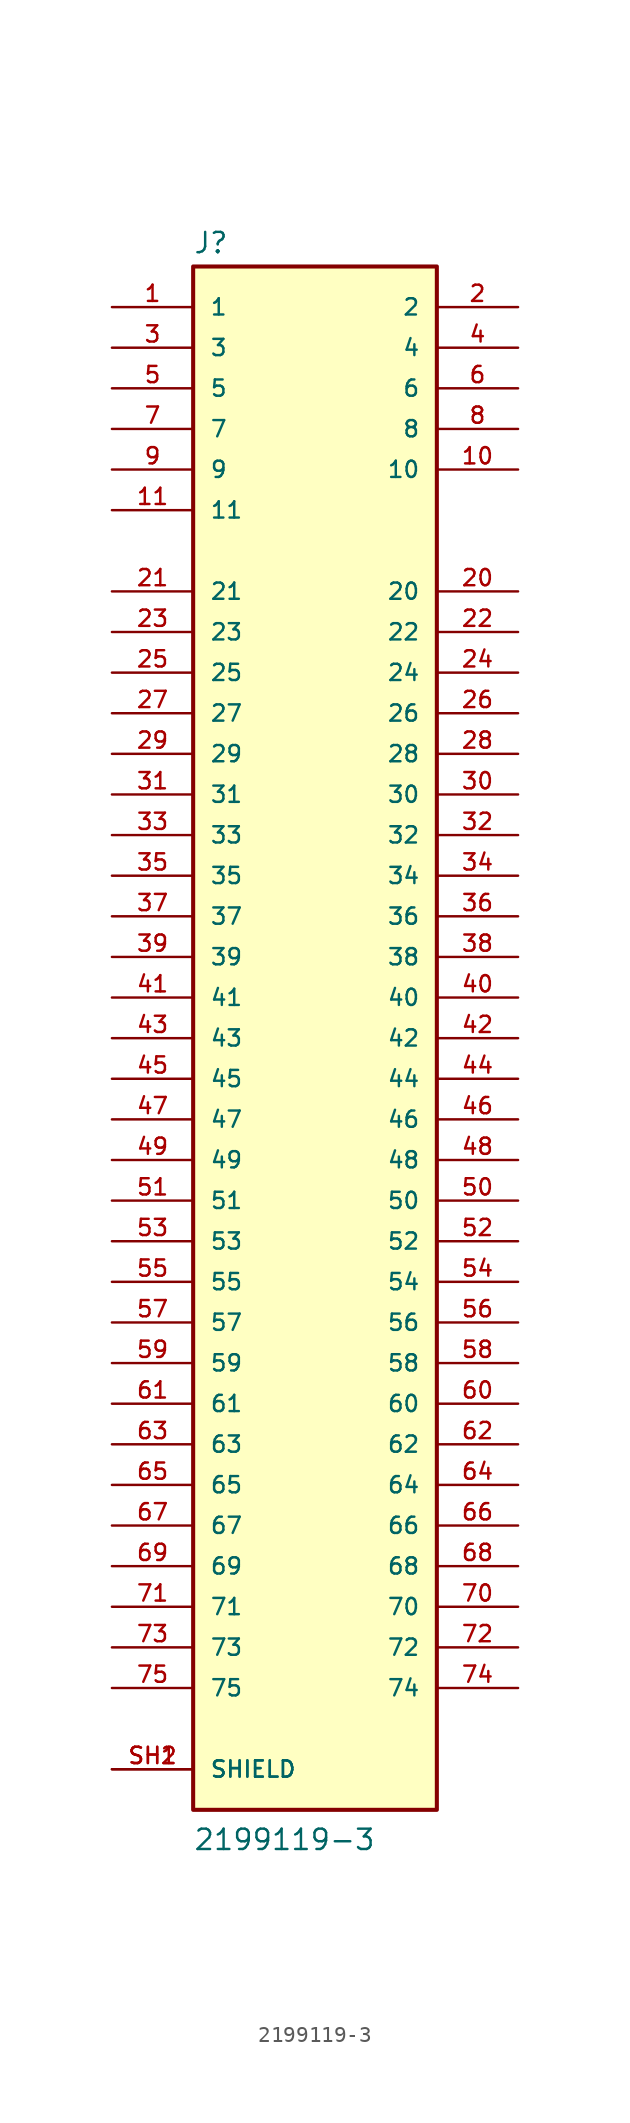
<source format=kicad_sym>
(kicad_symbol_lib
  (version 20211014)
  (generator kicad_symbol_editor)
  (symbol "2199119-3"
    (pin_names
      (offset 1.016))
    (property "Reference" "J"
      (at -7.635 48.99 0)
      (effects (font (size 1.27 1.27)) (justify bottom left)))
    (property "Value" "2199119-3"
      (at -7.631 -50.871 0)
      (effects (font (size 1.27 1.27)) (justify bottom left)))
    (symbol "2199119-3_0_0"
      (rectangle (start -7.62 -48.26) (end 7.62 48.26) (stroke (width 0.254)) (fill (type background)))
      (pin passive line (at -12.7 45.72 0) (length 5.08) (name "1" (effects (font (size 1.016 1.016)))) (number "1" (effects (font (size 1.016 1.016)))))
      (pin passive line (at 12.7 45.72 180.0) (length 5.08) (name "2" (effects (font (size 1.016 1.016)))) (number "2" (effects (font (size 1.016 1.016)))))
      (pin passive line (at -12.7 43.18 0) (length 5.08) (name "3" (effects (font (size 1.016 1.016)))) (number "3" (effects (font (size 1.016 1.016)))))
      (pin passive line (at 12.7 43.18 180.0) (length 5.08) (name "4" (effects (font (size 1.016 1.016)))) (number "4" (effects (font (size 1.016 1.016)))))
      (pin passive line (at -12.7 40.64 0) (length 5.08) (name "5" (effects (font (size 1.016 1.016)))) (number "5" (effects (font (size 1.016 1.016)))))
      (pin passive line (at 12.7 40.64 180.0) (length 5.08) (name "6" (effects (font (size 1.016 1.016)))) (number "6" (effects (font (size 1.016 1.016)))))
      (pin passive line (at -12.7 38.1 0) (length 5.08) (name "7" (effects (font (size 1.016 1.016)))) (number "7" (effects (font (size 1.016 1.016)))))
      (pin passive line (at 12.7 38.1 180.0) (length 5.08) (name "8" (effects (font (size 1.016 1.016)))) (number "8" (effects (font (size 1.016 1.016)))))
      (pin passive line (at -12.7 35.56 0) (length 5.08) (name "9" (effects (font (size 1.016 1.016)))) (number "9" (effects (font (size 1.016 1.016)))))
      (pin passive line (at 12.7 35.56 180.0) (length 5.08) (name "10" (effects (font (size 1.016 1.016)))) (number "10" (effects (font (size 1.016 1.016)))))
      (pin passive line (at -12.7 33.02 0) (length 5.08) (name "11" (effects (font (size 1.016 1.016)))) (number "11" (effects (font (size 1.016 1.016)))))
      (pin passive line (at 12.7 27.94 180.0) (length 5.08) (name "20" (effects (font (size 1.016 1.016)))) (number "20" (effects (font (size 1.016 1.016)))))
      (pin passive line (at -12.7 27.94 0) (length 5.08) (name "21" (effects (font (size 1.016 1.016)))) (number "21" (effects (font (size 1.016 1.016)))))
      (pin passive line (at 12.7 25.4 180.0) (length 5.08) (name "22" (effects (font (size 1.016 1.016)))) (number "22" (effects (font (size 1.016 1.016)))))
      (pin passive line (at -12.7 25.4 0) (length 5.08) (name "23" (effects (font (size 1.016 1.016)))) (number "23" (effects (font (size 1.016 1.016)))))
      (pin passive line (at 12.7 22.86 180.0) (length 5.08) (name "24" (effects (font (size 1.016 1.016)))) (number "24" (effects (font (size 1.016 1.016)))))
      (pin passive line (at -12.7 22.86 0) (length 5.08) (name "25" (effects (font (size 1.016 1.016)))) (number "25" (effects (font (size 1.016 1.016)))))
      (pin passive line (at 12.7 20.32 180.0) (length 5.08) (name "26" (effects (font (size 1.016 1.016)))) (number "26" (effects (font (size 1.016 1.016)))))
      (pin passive line (at -12.7 20.32 0) (length 5.08) (name "27" (effects (font (size 1.016 1.016)))) (number "27" (effects (font (size 1.016 1.016)))))
      (pin passive line (at 12.7 17.78 180.0) (length 5.08) (name "28" (effects (font (size 1.016 1.016)))) (number "28" (effects (font (size 1.016 1.016)))))
      (pin passive line (at -12.7 17.78 0) (length 5.08) (name "29" (effects (font (size 1.016 1.016)))) (number "29" (effects (font (size 1.016 1.016)))))
      (pin passive line (at 12.7 15.24 180.0) (length 5.08) (name "30" (effects (font (size 1.016 1.016)))) (number "30" (effects (font (size 1.016 1.016)))))
      (pin passive line (at -12.7 15.24 0) (length 5.08) (name "31" (effects (font (size 1.016 1.016)))) (number "31" (effects (font (size 1.016 1.016)))))
      (pin passive line (at 12.7 12.7 180.0) (length 5.08) (name "32" (effects (font (size 1.016 1.016)))) (number "32" (effects (font (size 1.016 1.016)))))
      (pin passive line (at -12.7 12.7 0) (length 5.08) (name "33" (effects (font (size 1.016 1.016)))) (number "33" (effects (font (size 1.016 1.016)))))
      (pin passive line (at 12.7 10.16 180.0) (length 5.08) (name "34" (effects (font (size 1.016 1.016)))) (number "34" (effects (font (size 1.016 1.016)))))
      (pin passive line (at -12.7 10.16 0) (length 5.08) (name "35" (effects (font (size 1.016 1.016)))) (number "35" (effects (font (size 1.016 1.016)))))
      (pin passive line (at 12.7 7.62 180.0) (length 5.08) (name "36" (effects (font (size 1.016 1.016)))) (number "36" (effects (font (size 1.016 1.016)))))
      (pin passive line (at -12.7 7.62 0) (length 5.08) (name "37" (effects (font (size 1.016 1.016)))) (number "37" (effects (font (size 1.016 1.016)))))
      (pin passive line (at 12.7 5.08 180.0) (length 5.08) (name "38" (effects (font (size 1.016 1.016)))) (number "38" (effects (font (size 1.016 1.016)))))
      (pin passive line (at -12.7 5.08 0) (length 5.08) (name "39" (effects (font (size 1.016 1.016)))) (number "39" (effects (font (size 1.016 1.016)))))
      (pin passive line (at 12.7 2.54 180.0) (length 5.08) (name "40" (effects (font (size 1.016 1.016)))) (number "40" (effects (font (size 1.016 1.016)))))
      (pin passive line (at -12.7 2.54 0) (length 5.08) (name "41" (effects (font (size 1.016 1.016)))) (number "41" (effects (font (size 1.016 1.016)))))
      (pin passive line (at 12.7 0.0 180.0) (length 5.08) (name "42" (effects (font (size 1.016 1.016)))) (number "42" (effects (font (size 1.016 1.016)))))
      (pin passive line (at -12.7 0.0 0) (length 5.08) (name "43" (effects (font (size 1.016 1.016)))) (number "43" (effects (font (size 1.016 1.016)))))
      (pin passive line (at 12.7 -2.54 180.0) (length 5.08) (name "44" (effects (font (size 1.016 1.016)))) (number "44" (effects (font (size 1.016 1.016)))))
      (pin passive line (at -12.7 -2.54 0) (length 5.08) (name "45" (effects (font (size 1.016 1.016)))) (number "45" (effects (font (size 1.016 1.016)))))
      (pin passive line (at 12.7 -5.08 180.0) (length 5.08) (name "46" (effects (font (size 1.016 1.016)))) (number "46" (effects (font (size 1.016 1.016)))))
      (pin passive line (at -12.7 -5.08 0) (length 5.08) (name "47" (effects (font (size 1.016 1.016)))) (number "47" (effects (font (size 1.016 1.016)))))
      (pin passive line (at 12.7 -7.62 180.0) (length 5.08) (name "48" (effects (font (size 1.016 1.016)))) (number "48" (effects (font (size 1.016 1.016)))))
      (pin passive line (at -12.7 -7.62 0) (length 5.08) (name "49" (effects (font (size 1.016 1.016)))) (number "49" (effects (font (size 1.016 1.016)))))
      (pin passive line (at 12.7 -10.16 180.0) (length 5.08) (name "50" (effects (font (size 1.016 1.016)))) (number "50" (effects (font (size 1.016 1.016)))))
      (pin passive line (at -12.7 -10.16 0) (length 5.08) (name "51" (effects (font (size 1.016 1.016)))) (number "51" (effects (font (size 1.016 1.016)))))
      (pin passive line (at 12.7 -12.7 180.0) (length 5.08) (name "52" (effects (font (size 1.016 1.016)))) (number "52" (effects (font (size 1.016 1.016)))))
      (pin passive line (at -12.7 -12.7 0) (length 5.08) (name "53" (effects (font (size 1.016 1.016)))) (number "53" (effects (font (size 1.016 1.016)))))
      (pin passive line (at 12.7 -15.24 180.0) (length 5.08) (name "54" (effects (font (size 1.016 1.016)))) (number "54" (effects (font (size 1.016 1.016)))))
      (pin passive line (at -12.7 -15.24 0) (length 5.08) (name "55" (effects (font (size 1.016 1.016)))) (number "55" (effects (font (size 1.016 1.016)))))
      (pin passive line (at 12.7 -17.78 180.0) (length 5.08) (name "56" (effects (font (size 1.016 1.016)))) (number "56" (effects (font (size 1.016 1.016)))))
      (pin passive line (at -12.7 -17.78 0) (length 5.08) (name "57" (effects (font (size 1.016 1.016)))) (number "57" (effects (font (size 1.016 1.016)))))
      (pin passive line (at 12.7 -20.32 180.0) (length 5.08) (name "58" (effects (font (size 1.016 1.016)))) (number "58" (effects (font (size 1.016 1.016)))))
      (pin passive line (at -12.7 -20.32 0) (length 5.08) (name "59" (effects (font (size 1.016 1.016)))) (number "59" (effects (font (size 1.016 1.016)))))
      (pin passive line (at 12.7 -22.86 180.0) (length 5.08) (name "60" (effects (font (size 1.016 1.016)))) (number "60" (effects (font (size 1.016 1.016)))))
      (pin passive line (at -12.7 -22.86 0) (length 5.08) (name "61" (effects (font (size 1.016 1.016)))) (number "61" (effects (font (size 1.016 1.016)))))
      (pin passive line (at 12.7 -25.4 180.0) (length 5.08) (name "62" (effects (font (size 1.016 1.016)))) (number "62" (effects (font (size 1.016 1.016)))))
      (pin passive line (at -12.7 -25.4 0) (length 5.08) (name "63" (effects (font (size 1.016 1.016)))) (number "63" (effects (font (size 1.016 1.016)))))
      (pin passive line (at 12.7 -27.94 180.0) (length 5.08) (name "64" (effects (font (size 1.016 1.016)))) (number "64" (effects (font (size 1.016 1.016)))))
      (pin passive line (at -12.7 -27.94 0) (length 5.08) (name "65" (effects (font (size 1.016 1.016)))) (number "65" (effects (font (size 1.016 1.016)))))
      (pin passive line (at 12.7 -30.48 180.0) (length 5.08) (name "66" (effects (font (size 1.016 1.016)))) (number "66" (effects (font (size 1.016 1.016)))))
      (pin passive line (at -12.7 -30.48 0) (length 5.08) (name "67" (effects (font (size 1.016 1.016)))) (number "67" (effects (font (size 1.016 1.016)))))
      (pin passive line (at 12.7 -33.02 180.0) (length 5.08) (name "68" (effects (font (size 1.016 1.016)))) (number "68" (effects (font (size 1.016 1.016)))))
      (pin passive line (at -12.7 -33.02 0) (length 5.08) (name "69" (effects (font (size 1.016 1.016)))) (number "69" (effects (font (size 1.016 1.016)))))
      (pin passive line (at 12.7 -35.56 180.0) (length 5.08) (name "70" (effects (font (size 1.016 1.016)))) (number "70" (effects (font (size 1.016 1.016)))))
      (pin passive line (at -12.7 -35.56 0) (length 5.08) (name "71" (effects (font (size 1.016 1.016)))) (number "71" (effects (font (size 1.016 1.016)))))
      (pin passive line (at 12.7 -38.1 180.0) (length 5.08) (name "72" (effects (font (size 1.016 1.016)))) (number "72" (effects (font (size 1.016 1.016)))))
      (pin passive line (at -12.7 -38.1 0) (length 5.08) (name "73" (effects (font (size 1.016 1.016)))) (number "73" (effects (font (size 1.016 1.016)))))
      (pin passive line (at 12.7 -40.64 180.0) (length 5.08) (name "74" (effects (font (size 1.016 1.016)))) (number "74" (effects (font (size 1.016 1.016)))))
      (pin passive line (at -12.7 -40.64 0) (length 5.08) (name "75" (effects (font (size 1.016 1.016)))) (number "75" (effects (font (size 1.016 1.016)))))
      (pin passive line (at -12.7 -45.72 0) (length 5.08) (name "SHIELD" (effects (font (size 1.016 1.016)))) (number "SH1" (effects (font (size 1.016 1.016)))))
      (pin passive line (at -12.7 -45.72 0) (length 5.08) (name "SHIELD" (effects (font (size 1.016 1.016)))) (number "SH2" (effects (font (size 1.016 1.016))))))))
</source>
